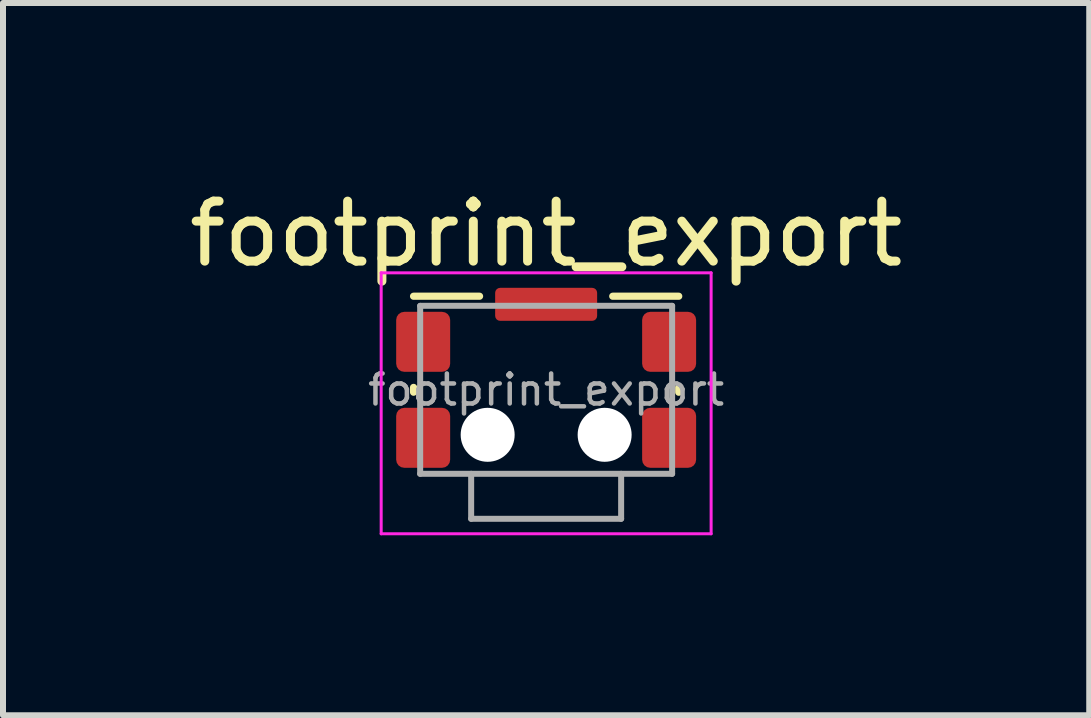
<source format=kicad_pcb>
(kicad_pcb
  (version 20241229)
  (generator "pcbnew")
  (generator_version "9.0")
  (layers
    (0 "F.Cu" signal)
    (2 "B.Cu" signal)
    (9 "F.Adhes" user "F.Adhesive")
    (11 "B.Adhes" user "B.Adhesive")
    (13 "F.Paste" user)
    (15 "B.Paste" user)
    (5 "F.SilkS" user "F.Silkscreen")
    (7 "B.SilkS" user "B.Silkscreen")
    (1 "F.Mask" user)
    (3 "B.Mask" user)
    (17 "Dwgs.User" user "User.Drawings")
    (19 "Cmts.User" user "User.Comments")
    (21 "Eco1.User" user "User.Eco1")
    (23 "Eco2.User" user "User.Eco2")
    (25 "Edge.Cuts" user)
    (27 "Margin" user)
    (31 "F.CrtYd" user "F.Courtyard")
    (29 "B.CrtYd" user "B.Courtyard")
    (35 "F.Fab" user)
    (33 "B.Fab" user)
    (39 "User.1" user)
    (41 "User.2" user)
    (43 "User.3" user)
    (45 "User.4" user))
  (footprint "footprint_export"
    (layer "F.Cu")
    (at 6.054 3.448)
    (property "Reference" "footprint_export" (at 0 -2.6 0) (layer "F.SilkS") (effects (font (size 1 1) (thickness 0.15))))
    (attr smd)
    (fp_line (start -2.21 -1.56) (end -1.11 -1.56) (stroke (width 0.12) (type solid)) (layer "F.SilkS"))
    (fp_line (start -2.21 -0.04) (end -2.21 0.04) (stroke (width 0.12) (type default)) (layer "F.SilkS"))
    (fp_line (start 1.11 -1.56) (end 2.21 -1.56) (stroke (width 0.12) (type solid)) (layer "F.SilkS"))
    (fp_line (start 2.21 -0.04) (end 2.21 0.04) (stroke (width 0.12) (type default)) (layer "F.SilkS"))
    (fp_line (start -2.75 -1.95) (end -2.75 2.4) (stroke (width 0.05) (type default)) (layer "F.CrtYd"))
    (fp_line (start -2.75 -1.95) (end 2.75 -1.95) (stroke (width 0.05) (type default)) (layer "F.CrtYd"))
    (fp_line (start -2.75 2.4) (end 2.75 2.4) (stroke (width 0.05) (type default)) (layer "F.CrtYd"))
    (fp_line (start 2.75 -1.95) (end 2.75 2.4) (stroke (width 0.05) (type default)) (layer "F.CrtYd"))
    (fp_line (start -2.1 -1.4) (end -2.1 1.4) (stroke (width 0.1) (type solid)) (layer "F.Fab"))
    (fp_line (start -2.1 -1.4) (end 2.1 -1.4) (stroke (width 0.1) (type solid)) (layer "F.Fab"))
    (fp_line (start -2.1 1.4) (end 2.1 1.4) (stroke (width 0.1) (type solid)) (layer "F.Fab"))
    (fp_line (start -1.25 1.4) (end -1.25 2.15) (stroke (width 0.1) (type solid)) (layer "F.Fab"))
    (fp_line (start -1.25 2.15) (end 1.25 2.15) (stroke (width 0.1) (type solid)) (layer "F.Fab"))
    (fp_line (start 1.25 1.4) (end 1.25 2.15) (stroke (width 0.1) (type solid)) (layer "F.Fab"))
    (fp_line (start 2.1 -1.4) (end 2.1 1.4) (stroke (width 0.1) (type solid)) (layer "F.Fab"))
    (fp_text user "${REFERENCE}" (at 0 0 0) (layer "F.Fab") (effects (font (size 0.5 0.5) (thickness 0.075))))
    (pad "" np_thru_hole circle (at -0.975 0.75) (size 0.9 0.9) (drill 0.9) (layers "*.Cu" "*.Mask"))
    (pad "" np_thru_hole circle (at 0.975 0.75) (size 0.9 0.9) (drill 0.9) (layers "*.Cu" "*.Mask"))
    (pad "1" smd roundrect (at -2.05 -0.8) (size 0.9 1) (layers "F.Cu" "F.Mask" "F.Paste") (roundrect_rratio 0.15))
    (pad "1" smd roundrect (at 2.05 -0.8) (size 0.9 1) (layers "F.Cu" "F.Mask" "F.Paste") (roundrect_rratio 0.15))
    (pad "2" smd roundrect (at -2.05 0.8) (size 0.9 1) (layers "F.Cu" "F.Mask" "F.Paste") (roundrect_rratio 0.15))
    (pad "2" smd roundrect (at 2.05 0.8) (size 0.9 1) (layers "F.Cu" "F.Mask" "F.Paste") (roundrect_rratio 0.15))
    (pad "SH" smd roundrect (at 0 -1.425) (size 1.7 0.55) (layers "F.Cu" "F.Mask" "F.Paste") (roundrect_rratio 0.15)))
  (gr_rect
    (start -3 -3)
    (end 15.107 8.873)
    (stroke (width 0.1) (type default))
    (fill no)
    (layer "Edge.Cuts")))
</source>
